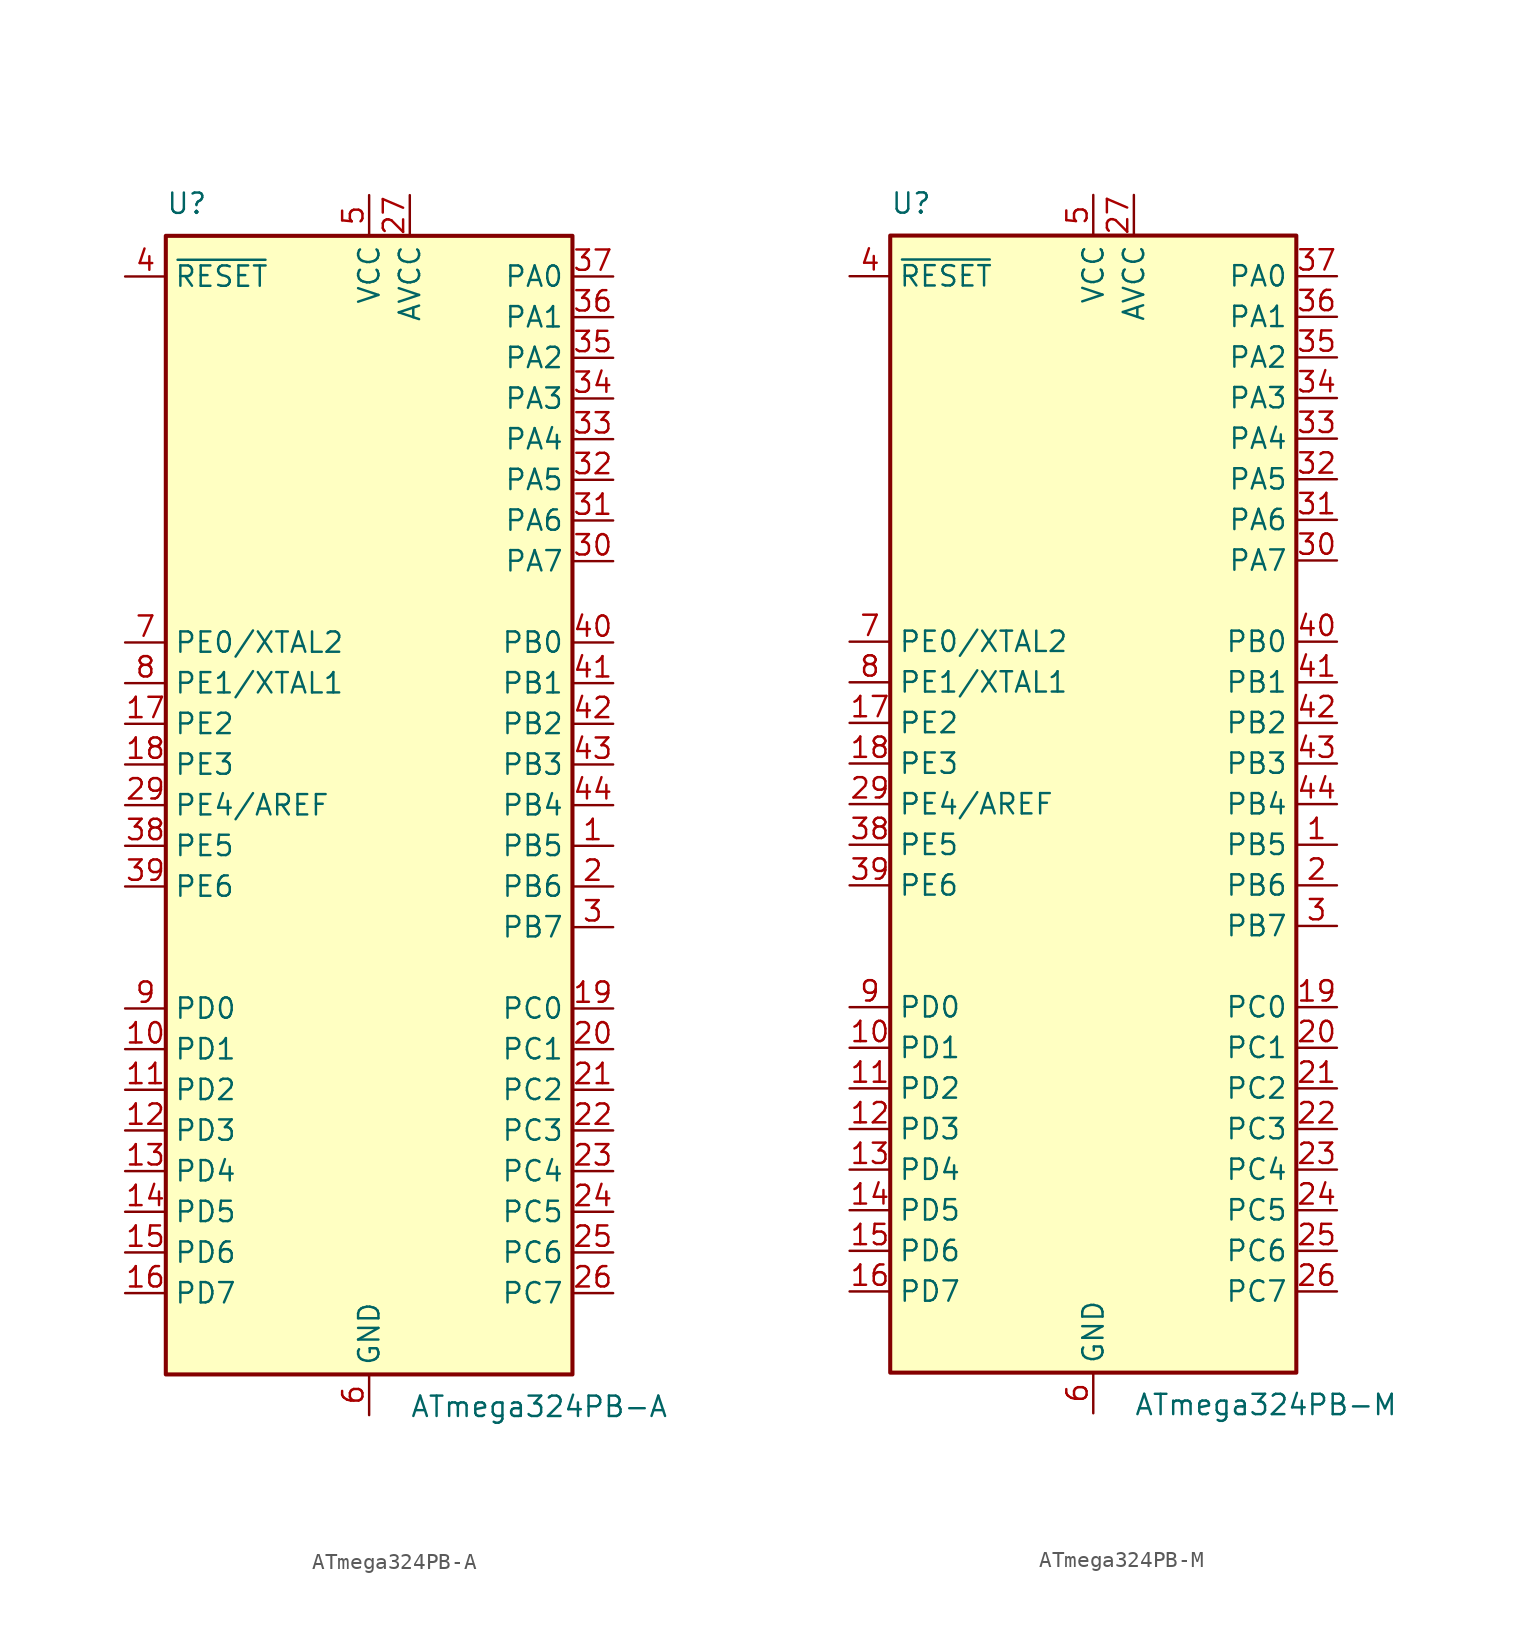
<source format=kicad_sym>
(kicad_symbol_lib
  (version 20201005)
  (generator kicad_symbol_editor)
  (symbol "MCU_Microchip_ATmega:ATmega324PB-A"
    (property "Reference" "U"
      (at -12.7 36.83 0)
      (effects (font (size 1.27 1.27)) (justify left bottom)))
    (property "Value" "ATmega324PB-A"
      (at 2.54 -36.83 0)
      (effects (font (size 1.27 1.27)) (justify left top)))
    (symbol "ATmega324PB-A_0_1"
      (rectangle (start -12.7 -35.56) (end 12.7 35.56) (stroke (width 0.254)) (fill (type background))))
    (symbol "ATmega324PB-A_1_1"
      (pin bidirectional line (at 15.24 -2.54 180) (length 2.54) (name "PB5" (effects (font (size 1.27 1.27)))) (number "1" (effects (font (size 1.27 1.27)))))
      (pin bidirectional line (at -15.24 -15.24 0) (length 2.54) (name "PD1" (effects (font (size 1.27 1.27)))) (number "10" (effects (font (size 1.27 1.27)))))
      (pin bidirectional line (at -15.24 -17.78 0) (length 2.54) (name "PD2" (effects (font (size 1.27 1.27)))) (number "11" (effects (font (size 1.27 1.27)))))
      (pin bidirectional line (at -15.24 -20.32 0) (length 2.54) (name "PD3" (effects (font (size 1.27 1.27)))) (number "12" (effects (font (size 1.27 1.27)))))
      (pin bidirectional line (at -15.24 -22.86 0) (length 2.54) (name "PD4" (effects (font (size 1.27 1.27)))) (number "13" (effects (font (size 1.27 1.27)))))
      (pin bidirectional line (at -15.24 -25.4 0) (length 2.54) (name "PD5" (effects (font (size 1.27 1.27)))) (number "14" (effects (font (size 1.27 1.27)))))
      (pin bidirectional line (at -15.24 -27.94 0) (length 2.54) (name "PD6" (effects (font (size 1.27 1.27)))) (number "15" (effects (font (size 1.27 1.27)))))
      (pin bidirectional line (at -15.24 -30.48 0) (length 2.54) (name "PD7" (effects (font (size 1.27 1.27)))) (number "16" (effects (font (size 1.27 1.27)))))
      (pin bidirectional line (at -15.24 5.08 0) (length 2.54) (name "PE2" (effects (font (size 1.27 1.27)))) (number "17" (effects (font (size 1.27 1.27)))))
      (pin bidirectional line (at -15.24 2.54 0) (length 2.54) (name "PE3" (effects (font (size 1.27 1.27)))) (number "18" (effects (font (size 1.27 1.27)))))
      (pin bidirectional line (at 15.24 -12.7 180) (length 2.54) (name "PC0" (effects (font (size 1.27 1.27)))) (number "19" (effects (font (size 1.27 1.27)))))
      (pin bidirectional line (at 15.24 -5.08 180) (length 2.54) (name "PB6" (effects (font (size 1.27 1.27)))) (number "2" (effects (font (size 1.27 1.27)))))
      (pin bidirectional line (at 15.24 -15.24 180) (length 2.54) (name "PC1" (effects (font (size 1.27 1.27)))) (number "20" (effects (font (size 1.27 1.27)))))
      (pin bidirectional line (at 15.24 -17.78 180) (length 2.54) (name "PC2" (effects (font (size 1.27 1.27)))) (number "21" (effects (font (size 1.27 1.27)))))
      (pin bidirectional line (at 15.24 -20.32 180) (length 2.54) (name "PC3" (effects (font (size 1.27 1.27)))) (number "22" (effects (font (size 1.27 1.27)))))
      (pin bidirectional line (at 15.24 -22.86 180) (length 2.54) (name "PC4" (effects (font (size 1.27 1.27)))) (number "23" (effects (font (size 1.27 1.27)))))
      (pin bidirectional line (at 15.24 -25.4 180) (length 2.54) (name "PC5" (effects (font (size 1.27 1.27)))) (number "24" (effects (font (size 1.27 1.27)))))
      (pin bidirectional line (at 15.24 -27.94 180) (length 2.54) (name "PC6" (effects (font (size 1.27 1.27)))) (number "25" (effects (font (size 1.27 1.27)))))
      (pin bidirectional line (at 15.24 -30.48 180) (length 2.54) (name "PC7" (effects (font (size 1.27 1.27)))) (number "26" (effects (font (size 1.27 1.27)))))
      (pin power_in line (at 2.54 38.1 270) (length 2.54) (name "AVCC" (effects (font (size 1.27 1.27)))) (number "27" (effects (font (size 1.27 1.27)))))
      (pin passive line (at 0 -38.1 90) (length 2.54) hide (name "GND" (effects (font (size 1.27 1.27)))) (number "28" (effects (font (size 1.27 1.27)))))
      (pin bidirectional line (at -15.24 0 0) (length 2.54) (name "PE4/AREF" (effects (font (size 1.27 1.27)))) (number "29" (effects (font (size 1.27 1.27)))))
      (pin bidirectional line (at 15.24 -7.62 180) (length 2.54) (name "PB7" (effects (font (size 1.27 1.27)))) (number "3" (effects (font (size 1.27 1.27)))))
      (pin bidirectional line (at 15.24 15.24 180) (length 2.54) (name "PA7" (effects (font (size 1.27 1.27)))) (number "30" (effects (font (size 1.27 1.27)))))
      (pin bidirectional line (at 15.24 17.78 180) (length 2.54) (name "PA6" (effects (font (size 1.27 1.27)))) (number "31" (effects (font (size 1.27 1.27)))))
      (pin bidirectional line (at 15.24 20.32 180) (length 2.54) (name "PA5" (effects (font (size 1.27 1.27)))) (number "32" (effects (font (size 1.27 1.27)))))
      (pin bidirectional line (at 15.24 22.86 180) (length 2.54) (name "PA4" (effects (font (size 1.27 1.27)))) (number "33" (effects (font (size 1.27 1.27)))))
      (pin bidirectional line (at 15.24 25.4 180) (length 2.54) (name "PA3" (effects (font (size 1.27 1.27)))) (number "34" (effects (font (size 1.27 1.27)))))
      (pin bidirectional line (at 15.24 27.94 180) (length 2.54) (name "PA2" (effects (font (size 1.27 1.27)))) (number "35" (effects (font (size 1.27 1.27)))))
      (pin bidirectional line (at 15.24 30.48 180) (length 2.54) (name "PA1" (effects (font (size 1.27 1.27)))) (number "36" (effects (font (size 1.27 1.27)))))
      (pin bidirectional line (at 15.24 33.02 180) (length 2.54) (name "PA0" (effects (font (size 1.27 1.27)))) (number "37" (effects (font (size 1.27 1.27)))))
      (pin bidirectional line (at -15.24 -2.54 0) (length 2.54) (name "PE5" (effects (font (size 1.27 1.27)))) (number "38" (effects (font (size 1.27 1.27)))))
      (pin bidirectional line (at -15.24 -5.08 0) (length 2.54) (name "PE6" (effects (font (size 1.27 1.27)))) (number "39" (effects (font (size 1.27 1.27)))))
      (pin input line (at -15.24 33.02 0) (length 2.54) (name "~RESET" (effects (font (size 1.27 1.27)))) (number "4" (effects (font (size 1.27 1.27)))))
      (pin bidirectional line (at 15.24 10.16 180) (length 2.54) (name "PB0" (effects (font (size 1.27 1.27)))) (number "40" (effects (font (size 1.27 1.27)))))
      (pin bidirectional line (at 15.24 7.62 180) (length 2.54) (name "PB1" (effects (font (size 1.27 1.27)))) (number "41" (effects (font (size 1.27 1.27)))))
      (pin bidirectional line (at 15.24 5.08 180) (length 2.54) (name "PB2" (effects (font (size 1.27 1.27)))) (number "42" (effects (font (size 1.27 1.27)))))
      (pin bidirectional line (at 15.24 2.54 180) (length 2.54) (name "PB3" (effects (font (size 1.27 1.27)))) (number "43" (effects (font (size 1.27 1.27)))))
      (pin bidirectional line (at 15.24 0 180) (length 2.54) (name "PB4" (effects (font (size 1.27 1.27)))) (number "44" (effects (font (size 1.27 1.27)))))
      (pin power_in line (at 0 38.1 270) (length 2.54) (name "VCC" (effects (font (size 1.27 1.27)))) (number "5" (effects (font (size 1.27 1.27)))))
      (pin power_in line (at 0 -38.1 90) (length 2.54) (name "GND" (effects (font (size 1.27 1.27)))) (number "6" (effects (font (size 1.27 1.27)))))
      (pin bidirectional line (at -15.24 10.16 0) (length 2.54) (name "PE0/XTAL2" (effects (font (size 1.27 1.27)))) (number "7" (effects (font (size 1.27 1.27)))))
      (pin bidirectional line (at -15.24 7.62 0) (length 2.54) (name "PE1/XTAL1" (effects (font (size 1.27 1.27)))) (number "8" (effects (font (size 1.27 1.27)))))
      (pin bidirectional line (at -15.24 -12.7 0) (length 2.54) (name "PD0" (effects (font (size 1.27 1.27)))) (number "9" (effects (font (size 1.27 1.27)))))))
  (symbol "MCU_Microchip_ATmega:ATmega324PB-M"
    (property "Reference" "U"
      (at -12.7 36.83 0)
      (effects (font (size 1.27 1.27)) (justify left bottom)))
    (property "Value" "ATmega324PB-M"
      (at 2.54 -36.83 0)
      (effects (font (size 1.27 1.27)) (justify left top)))
    (symbol "ATmega324PB-M_0_1"
      (rectangle (start -12.7 -35.56) (end 12.7 35.56) (stroke (width 0.254)) (fill (type background))))
    (symbol "ATmega324PB-M_1_1"
      (pin bidirectional line (at 15.24 -2.54 180) (length 2.54) (name "PB5" (effects (font (size 1.27 1.27)))) (number "1" (effects (font (size 1.27 1.27)))))
      (pin bidirectional line (at -15.24 -15.24 0) (length 2.54) (name "PD1" (effects (font (size 1.27 1.27)))) (number "10" (effects (font (size 1.27 1.27)))))
      (pin bidirectional line (at -15.24 -17.78 0) (length 2.54) (name "PD2" (effects (font (size 1.27 1.27)))) (number "11" (effects (font (size 1.27 1.27)))))
      (pin bidirectional line (at -15.24 -20.32 0) (length 2.54) (name "PD3" (effects (font (size 1.27 1.27)))) (number "12" (effects (font (size 1.27 1.27)))))
      (pin bidirectional line (at -15.24 -22.86 0) (length 2.54) (name "PD4" (effects (font (size 1.27 1.27)))) (number "13" (effects (font (size 1.27 1.27)))))
      (pin bidirectional line (at -15.24 -25.4 0) (length 2.54) (name "PD5" (effects (font (size 1.27 1.27)))) (number "14" (effects (font (size 1.27 1.27)))))
      (pin bidirectional line (at -15.24 -27.94 0) (length 2.54) (name "PD6" (effects (font (size 1.27 1.27)))) (number "15" (effects (font (size 1.27 1.27)))))
      (pin bidirectional line (at -15.24 -30.48 0) (length 2.54) (name "PD7" (effects (font (size 1.27 1.27)))) (number "16" (effects (font (size 1.27 1.27)))))
      (pin bidirectional line (at -15.24 5.08 0) (length 2.54) (name "PE2" (effects (font (size 1.27 1.27)))) (number "17" (effects (font (size 1.27 1.27)))))
      (pin bidirectional line (at -15.24 2.54 0) (length 2.54) (name "PE3" (effects (font (size 1.27 1.27)))) (number "18" (effects (font (size 1.27 1.27)))))
      (pin bidirectional line (at 15.24 -12.7 180) (length 2.54) (name "PC0" (effects (font (size 1.27 1.27)))) (number "19" (effects (font (size 1.27 1.27)))))
      (pin bidirectional line (at 15.24 -5.08 180) (length 2.54) (name "PB6" (effects (font (size 1.27 1.27)))) (number "2" (effects (font (size 1.27 1.27)))))
      (pin bidirectional line (at 15.24 -15.24 180) (length 2.54) (name "PC1" (effects (font (size 1.27 1.27)))) (number "20" (effects (font (size 1.27 1.27)))))
      (pin bidirectional line (at 15.24 -17.78 180) (length 2.54) (name "PC2" (effects (font (size 1.27 1.27)))) (number "21" (effects (font (size 1.27 1.27)))))
      (pin bidirectional line (at 15.24 -20.32 180) (length 2.54) (name "PC3" (effects (font (size 1.27 1.27)))) (number "22" (effects (font (size 1.27 1.27)))))
      (pin bidirectional line (at 15.24 -22.86 180) (length 2.54) (name "PC4" (effects (font (size 1.27 1.27)))) (number "23" (effects (font (size 1.27 1.27)))))
      (pin bidirectional line (at 15.24 -25.4 180) (length 2.54) (name "PC5" (effects (font (size 1.27 1.27)))) (number "24" (effects (font (size 1.27 1.27)))))
      (pin bidirectional line (at 15.24 -27.94 180) (length 2.54) (name "PC6" (effects (font (size 1.27 1.27)))) (number "25" (effects (font (size 1.27 1.27)))))
      (pin bidirectional line (at 15.24 -30.48 180) (length 2.54) (name "PC7" (effects (font (size 1.27 1.27)))) (number "26" (effects (font (size 1.27 1.27)))))
      (pin power_in line (at 2.54 38.1 270) (length 2.54) (name "AVCC" (effects (font (size 1.27 1.27)))) (number "27" (effects (font (size 1.27 1.27)))))
      (pin passive line (at 0 -38.1 90) (length 2.54) hide (name "GND" (effects (font (size 1.27 1.27)))) (number "28" (effects (font (size 1.27 1.27)))))
      (pin bidirectional line (at -15.24 0 0) (length 2.54) (name "PE4/AREF" (effects (font (size 1.27 1.27)))) (number "29" (effects (font (size 1.27 1.27)))))
      (pin bidirectional line (at 15.24 -7.62 180) (length 2.54) (name "PB7" (effects (font (size 1.27 1.27)))) (number "3" (effects (font (size 1.27 1.27)))))
      (pin bidirectional line (at 15.24 15.24 180) (length 2.54) (name "PA7" (effects (font (size 1.27 1.27)))) (number "30" (effects (font (size 1.27 1.27)))))
      (pin bidirectional line (at 15.24 17.78 180) (length 2.54) (name "PA6" (effects (font (size 1.27 1.27)))) (number "31" (effects (font (size 1.27 1.27)))))
      (pin bidirectional line (at 15.24 20.32 180) (length 2.54) (name "PA5" (effects (font (size 1.27 1.27)))) (number "32" (effects (font (size 1.27 1.27)))))
      (pin bidirectional line (at 15.24 22.86 180) (length 2.54) (name "PA4" (effects (font (size 1.27 1.27)))) (number "33" (effects (font (size 1.27 1.27)))))
      (pin bidirectional line (at 15.24 25.4 180) (length 2.54) (name "PA3" (effects (font (size 1.27 1.27)))) (number "34" (effects (font (size 1.27 1.27)))))
      (pin bidirectional line (at 15.24 27.94 180) (length 2.54) (name "PA2" (effects (font (size 1.27 1.27)))) (number "35" (effects (font (size 1.27 1.27)))))
      (pin bidirectional line (at 15.24 30.48 180) (length 2.54) (name "PA1" (effects (font (size 1.27 1.27)))) (number "36" (effects (font (size 1.27 1.27)))))
      (pin bidirectional line (at 15.24 33.02 180) (length 2.54) (name "PA0" (effects (font (size 1.27 1.27)))) (number "37" (effects (font (size 1.27 1.27)))))
      (pin bidirectional line (at -15.24 -2.54 0) (length 2.54) (name "PE5" (effects (font (size 1.27 1.27)))) (number "38" (effects (font (size 1.27 1.27)))))
      (pin bidirectional line (at -15.24 -5.08 0) (length 2.54) (name "PE6" (effects (font (size 1.27 1.27)))) (number "39" (effects (font (size 1.27 1.27)))))
      (pin input line (at -15.24 33.02 0) (length 2.54) (name "~RESET" (effects (font (size 1.27 1.27)))) (number "4" (effects (font (size 1.27 1.27)))))
      (pin bidirectional line (at 15.24 10.16 180) (length 2.54) (name "PB0" (effects (font (size 1.27 1.27)))) (number "40" (effects (font (size 1.27 1.27)))))
      (pin bidirectional line (at 15.24 7.62 180) (length 2.54) (name "PB1" (effects (font (size 1.27 1.27)))) (number "41" (effects (font (size 1.27 1.27)))))
      (pin bidirectional line (at 15.24 5.08 180) (length 2.54) (name "PB2" (effects (font (size 1.27 1.27)))) (number "42" (effects (font (size 1.27 1.27)))))
      (pin bidirectional line (at 15.24 2.54 180) (length 2.54) (name "PB3" (effects (font (size 1.27 1.27)))) (number "43" (effects (font (size 1.27 1.27)))))
      (pin bidirectional line (at 15.24 0 180) (length 2.54) (name "PB4" (effects (font (size 1.27 1.27)))) (number "44" (effects (font (size 1.27 1.27)))))
      (pin passive line (at 0 -38.1 90) (length 2.54) hide (name "GND" (effects (font (size 1.27 1.27)))) (number "45" (effects (font (size 1.27 1.27)))))
      (pin power_in line (at 0 38.1 270) (length 2.54) (name "VCC" (effects (font (size 1.27 1.27)))) (number "5" (effects (font (size 1.27 1.27)))))
      (pin power_in line (at 0 -38.1 90) (length 2.54) (name "GND" (effects (font (size 1.27 1.27)))) (number "6" (effects (font (size 1.27 1.27)))))
      (pin bidirectional line (at -15.24 10.16 0) (length 2.54) (name "PE0/XTAL2" (effects (font (size 1.27 1.27)))) (number "7" (effects (font (size 1.27 1.27)))))
      (pin bidirectional line (at -15.24 7.62 0) (length 2.54) (name "PE1/XTAL1" (effects (font (size 1.27 1.27)))) (number "8" (effects (font (size 1.27 1.27)))))
      (pin bidirectional line (at -15.24 -12.7 0) (length 2.54) (name "PD0" (effects (font (size 1.27 1.27)))) (number "9" (effects (font (size 1.27 1.27))))))))
</source>
